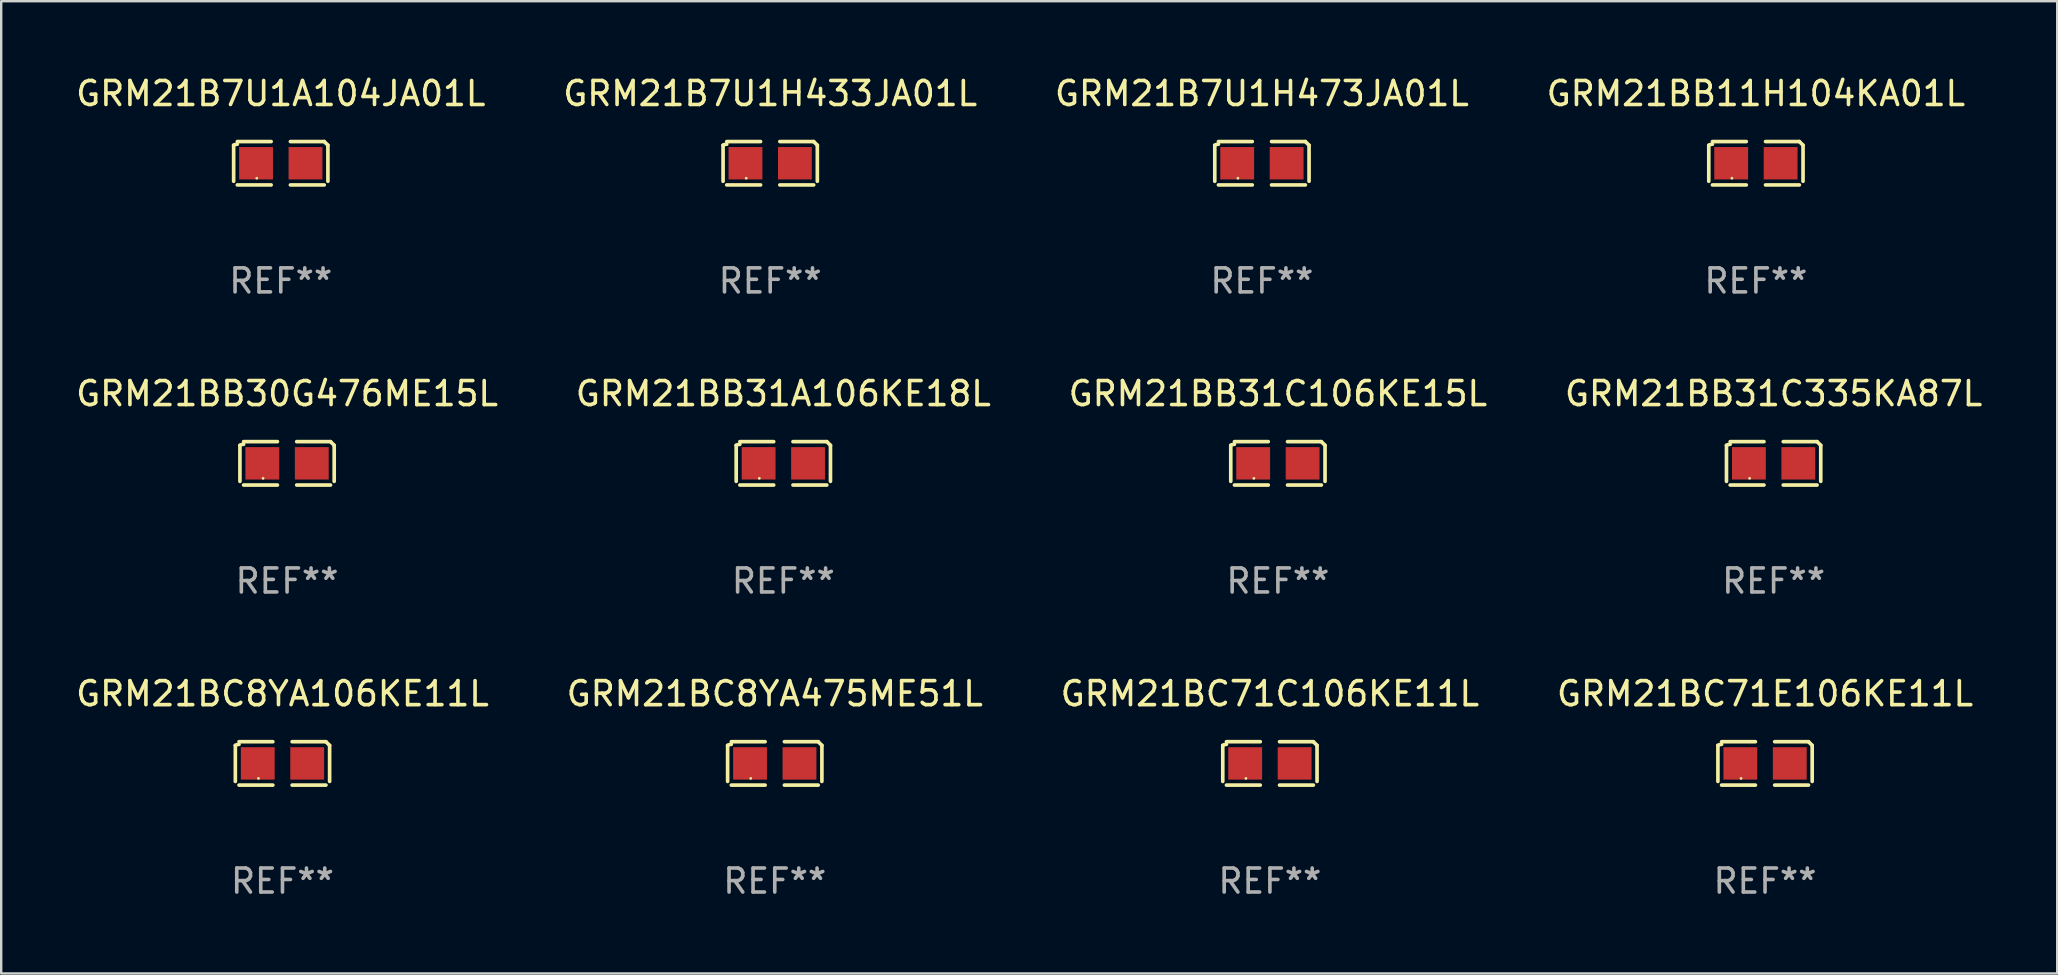
<source format=kicad_pcb>
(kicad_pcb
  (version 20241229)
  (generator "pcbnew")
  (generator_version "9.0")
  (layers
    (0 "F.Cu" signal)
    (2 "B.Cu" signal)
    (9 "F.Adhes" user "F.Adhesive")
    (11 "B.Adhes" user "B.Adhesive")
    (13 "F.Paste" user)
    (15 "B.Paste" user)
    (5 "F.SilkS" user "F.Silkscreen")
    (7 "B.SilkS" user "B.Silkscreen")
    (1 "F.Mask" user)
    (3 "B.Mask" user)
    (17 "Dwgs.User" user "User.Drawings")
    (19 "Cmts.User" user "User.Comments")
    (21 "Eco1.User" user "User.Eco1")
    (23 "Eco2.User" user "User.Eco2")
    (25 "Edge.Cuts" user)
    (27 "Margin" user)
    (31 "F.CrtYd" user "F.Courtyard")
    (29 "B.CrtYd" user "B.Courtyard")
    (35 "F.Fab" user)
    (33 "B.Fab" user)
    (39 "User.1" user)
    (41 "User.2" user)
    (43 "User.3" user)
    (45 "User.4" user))
  (footprint "GRM21BC8YA475ME51L"
    (layer "F.Cu")
    (at 29.232 28.759)
    (property "Reference" "GRM21BC8YA475ME51L" (at 0 -2.904 0) (layer "F.SilkS") (effects (font (size 1 1) (thickness 0.15))))
    (attr through_hole)
    (fp_line (start -1.964 0.751) (end -1.964 -0.751) (stroke (width 0.152) (type solid)) (layer "F.SilkS"))
    (fp_line (start -1.811 -0.904) (end -0.401 -0.904) (stroke (width 0.152) (type solid)) (layer "F.SilkS"))
    (fp_line (start -0.401 0.904) (end -1.811 0.904) (stroke (width 0.152) (type solid)) (layer "F.SilkS"))
    (fp_line (start 0.401 0.904) (end 1.811 0.904) (stroke (width 0.152) (type solid)) (layer "F.SilkS"))
    (fp_line (start 1.811 -0.904) (end 0.401 -0.904) (stroke (width 0.152) (type solid)) (layer "F.SilkS"))
    (fp_line (start 1.964 0.751) (end 1.964 -0.751) (stroke (width 0.152) (type solid)) (layer "F.SilkS"))
    (fp_arc (start -1.963602 -0.751207) (mid -1.890354 -0.783131) (end -1.811201 -0.794044) (stroke (width 0.1524) (type solid)) (layer "F.SilkS"))
    (fp_arc (start 1.811202 -0.903607) (mid 1.887413 -0.827418) (end 1.963602 -0.751207) (stroke (width 0.1524) (type solid)) (layer "F.SilkS"))
    (fp_circle (center -1 0.625) (end -0.97 0.625) (stroke (width 0.06) (type solid)) (fill no) (layer "F.SilkS"))
    (fp_text user "REF**" (at 0 4.904 0) (layer "F.Fab") (effects (font (size 1 1) (thickness 0.15))))
    (pad "1" smd rect (at -1.03 0) (size 1.41 1.35) (layers "F.Cu" "F.Mask" "F.Paste"))
    (pad "2" smd rect (at 1.03 0) (size 1.41 1.35) (layers "F.Cu" "F.Mask" "F.Paste")))
  (footprint "GRM21BB31C106KE15L"
    (layer "F.Cu")
    (at 50.196 16.256)
    (property "Reference" "GRM21BB31C106KE15L" (at 0 -2.904 0) (layer "F.SilkS") (effects (font (size 1 1) (thickness 0.15))))
    (attr through_hole)
    (fp_line (start -1.964 0.751) (end -1.964 -0.751) (stroke (width 0.152) (type solid)) (layer "F.SilkS"))
    (fp_line (start -1.811 -0.904) (end -0.401 -0.904) (stroke (width 0.152) (type solid)) (layer "F.SilkS"))
    (fp_line (start -0.401 0.904) (end -1.811 0.904) (stroke (width 0.152) (type solid)) (layer "F.SilkS"))
    (fp_line (start 0.401 0.904) (end 1.811 0.904) (stroke (width 0.152) (type solid)) (layer "F.SilkS"))
    (fp_line (start 1.811 -0.904) (end 0.401 -0.904) (stroke (width 0.152) (type solid)) (layer "F.SilkS"))
    (fp_line (start 1.964 0.751) (end 1.964 -0.751) (stroke (width 0.152) (type solid)) (layer "F.SilkS"))
    (fp_arc (start -1.963602 -0.751207) (mid -1.890354 -0.783131) (end -1.811201 -0.794044) (stroke (width 0.1524) (type solid)) (layer "F.SilkS"))
    (fp_arc (start 1.811202 -0.903607) (mid 1.887413 -0.827418) (end 1.963602 -0.751207) (stroke (width 0.1524) (type solid)) (layer "F.SilkS"))
    (fp_circle (center -1 0.625) (end -0.97 0.625) (stroke (width 0.06) (type solid)) (fill no) (layer "F.SilkS"))
    (fp_text user "REF**" (at 0 4.904 0) (layer "F.Fab") (effects (font (size 1 1) (thickness 0.15))))
    (pad "1" smd rect (at -1.03 0) (size 1.41 1.35) (layers "F.Cu" "F.Mask" "F.Paste"))
    (pad "2" smd rect (at 1.03 0) (size 1.41 1.35) (layers "F.Cu" "F.Mask" "F.Paste")))
  (footprint "GRM21B7U1H433JA01L"
    (layer "F.Cu")
    (at 29.042 3.752)
    (property "Reference" "GRM21B7U1H433JA01L" (at 0 -2.904 0) (layer "F.SilkS") (effects (font (size 1 1) (thickness 0.15))))
    (attr through_hole)
    (fp_line (start -1.964 0.751) (end -1.964 -0.751) (stroke (width 0.152) (type solid)) (layer "F.SilkS"))
    (fp_line (start -1.811 -0.904) (end -0.401 -0.904) (stroke (width 0.152) (type solid)) (layer "F.SilkS"))
    (fp_line (start -0.401 0.904) (end -1.811 0.904) (stroke (width 0.152) (type solid)) (layer "F.SilkS"))
    (fp_line (start 0.401 0.904) (end 1.811 0.904) (stroke (width 0.152) (type solid)) (layer "F.SilkS"))
    (fp_line (start 1.811 -0.904) (end 0.401 -0.904) (stroke (width 0.152) (type solid)) (layer "F.SilkS"))
    (fp_line (start 1.964 0.751) (end 1.964 -0.751) (stroke (width 0.152) (type solid)) (layer "F.SilkS"))
    (fp_arc (start -1.963602 -0.751207) (mid -1.890354 -0.783131) (end -1.811201 -0.794044) (stroke (width 0.1524) (type solid)) (layer "F.SilkS"))
    (fp_arc (start 1.811202 -0.903607) (mid 1.887413 -0.827418) (end 1.963602 -0.751207) (stroke (width 0.1524) (type solid)) (layer "F.SilkS"))
    (fp_circle (center -1 0.625) (end -0.97 0.625) (stroke (width 0.06) (type solid)) (fill no) (layer "F.SilkS"))
    (fp_text user "REF**" (at 0 4.904 0) (layer "F.Fab") (effects (font (size 1 1) (thickness 0.15))))
    (pad "1" smd rect (at -1.03 0) (size 1.41 1.35) (layers "F.Cu" "F.Mask" "F.Paste"))
    (pad "2" smd rect (at 1.03 0) (size 1.41 1.35) (layers "F.Cu" "F.Mask" "F.Paste")))
  (footprint "GRM21BC71C106KE11L"
    (layer "F.Cu")
    (at 49.863 28.759)
    (property "Reference" "GRM21BC71C106KE11L" (at 0 -2.904 0) (layer "F.SilkS") (effects (font (size 1 1) (thickness 0.15))))
    (attr through_hole)
    (fp_line (start -1.964 0.751) (end -1.964 -0.751) (stroke (width 0.152) (type solid)) (layer "F.SilkS"))
    (fp_line (start -1.811 -0.904) (end -0.401 -0.904) (stroke (width 0.152) (type solid)) (layer "F.SilkS"))
    (fp_line (start -0.401 0.904) (end -1.811 0.904) (stroke (width 0.152) (type solid)) (layer "F.SilkS"))
    (fp_line (start 0.401 0.904) (end 1.811 0.904) (stroke (width 0.152) (type solid)) (layer "F.SilkS"))
    (fp_line (start 1.811 -0.904) (end 0.401 -0.904) (stroke (width 0.152) (type solid)) (layer "F.SilkS"))
    (fp_line (start 1.964 0.751) (end 1.964 -0.751) (stroke (width 0.152) (type solid)) (layer "F.SilkS"))
    (fp_arc (start -1.963602 -0.751207) (mid -1.890354 -0.783131) (end -1.811201 -0.794044) (stroke (width 0.1524) (type solid)) (layer "F.SilkS"))
    (fp_arc (start 1.811202 -0.903607) (mid 1.887413 -0.827418) (end 1.963602 -0.751207) (stroke (width 0.1524) (type solid)) (layer "F.SilkS"))
    (fp_circle (center -1 0.625) (end -0.97 0.625) (stroke (width 0.06) (type solid)) (fill no) (layer "F.SilkS"))
    (fp_text user "REF**" (at 0 4.904 0) (layer "F.Fab") (effects (font (size 1 1) (thickness 0.15))))
    (pad "1" smd rect (at -1.03 0) (size 1.41 1.35) (layers "F.Cu" "F.Mask" "F.Paste"))
    (pad "2" smd rect (at 1.03 0) (size 1.41 1.35) (layers "F.Cu" "F.Mask" "F.Paste")))
  (footprint "GRM21B7U1A104JA01L"
    (layer "F.Cu")
    (at 8.649 3.752)
    (property "Reference" "GRM21B7U1A104JA01L" (at 0 -2.904 0) (layer "F.SilkS") (effects (font (size 1 1) (thickness 0.15))))
    (attr through_hole)
    (fp_line (start -1.964 0.751) (end -1.964 -0.751) (stroke (width 0.152) (type solid)) (layer "F.SilkS"))
    (fp_line (start -1.811 -0.904) (end -0.401 -0.904) (stroke (width 0.152) (type solid)) (layer "F.SilkS"))
    (fp_line (start -0.401 0.904) (end -1.811 0.904) (stroke (width 0.152) (type solid)) (layer "F.SilkS"))
    (fp_line (start 0.401 0.904) (end 1.811 0.904) (stroke (width 0.152) (type solid)) (layer "F.SilkS"))
    (fp_line (start 1.811 -0.904) (end 0.401 -0.904) (stroke (width 0.152) (type solid)) (layer "F.SilkS"))
    (fp_line (start 1.964 0.751) (end 1.964 -0.751) (stroke (width 0.152) (type solid)) (layer "F.SilkS"))
    (fp_arc (start -1.963602 -0.751207) (mid -1.890354 -0.783131) (end -1.811201 -0.794044) (stroke (width 0.1524) (type solid)) (layer "F.SilkS"))
    (fp_arc (start 1.811202 -0.903607) (mid 1.887413 -0.827418) (end 1.963602 -0.751207) (stroke (width 0.1524) (type solid)) (layer "F.SilkS"))
    (fp_circle (center -1 0.625) (end -0.97 0.625) (stroke (width 0.06) (type solid)) (fill no) (layer "F.SilkS"))
    (fp_text user "REF**" (at 0 4.904 0) (layer "F.Fab") (effects (font (size 1 1) (thickness 0.15))))
    (pad "1" smd rect (at -1.03 0) (size 1.41 1.35) (layers "F.Cu" "F.Mask" "F.Paste"))
    (pad "2" smd rect (at 1.03 0) (size 1.41 1.35) (layers "F.Cu" "F.Mask" "F.Paste")))
  (footprint "GRM21BB30G476ME15L"
    (layer "F.Cu")
    (at 8.911 16.256)
    (property "Reference" "GRM21BB30G476ME15L" (at 0 -2.904 0) (layer "F.SilkS") (effects (font (size 1 1) (thickness 0.15))))
    (attr through_hole)
    (fp_line (start -1.964 0.751) (end -1.964 -0.751) (stroke (width 0.152) (type solid)) (layer "F.SilkS"))
    (fp_line (start -1.811 -0.904) (end -0.401 -0.904) (stroke (width 0.152) (type solid)) (layer "F.SilkS"))
    (fp_line (start -0.401 0.904) (end -1.811 0.904) (stroke (width 0.152) (type solid)) (layer "F.SilkS"))
    (fp_line (start 0.401 0.904) (end 1.811 0.904) (stroke (width 0.152) (type solid)) (layer "F.SilkS"))
    (fp_line (start 1.811 -0.904) (end 0.401 -0.904) (stroke (width 0.152) (type solid)) (layer "F.SilkS"))
    (fp_line (start 1.964 0.751) (end 1.964 -0.751) (stroke (width 0.152) (type solid)) (layer "F.SilkS"))
    (fp_arc (start -1.963602 -0.751207) (mid -1.890354 -0.783131) (end -1.811201 -0.794044) (stroke (width 0.1524) (type solid)) (layer "F.SilkS"))
    (fp_arc (start 1.811202 -0.903607) (mid 1.887413 -0.827418) (end 1.963602 -0.751207) (stroke (width 0.1524) (type solid)) (layer "F.SilkS"))
    (fp_circle (center -1 0.625) (end -0.97 0.625) (stroke (width 0.06) (type solid)) (fill no) (layer "F.SilkS"))
    (fp_text user "REF**" (at 0 4.904 0) (layer "F.Fab") (effects (font (size 1 1) (thickness 0.15))))
    (pad "1" smd rect (at -1.03 0) (size 1.41 1.35) (layers "F.Cu" "F.Mask" "F.Paste"))
    (pad "2" smd rect (at 1.03 0) (size 1.41 1.35) (layers "F.Cu" "F.Mask" "F.Paste")))
  (footprint "GRM21BB11H104KA01L"
    (layer "F.Cu")
    (at 70.113 3.752)
    (property "Reference" "GRM21BB11H104KA01L" (at 0 -2.904 0) (layer "F.SilkS") (effects (font (size 1 1) (thickness 0.15))))
    (attr through_hole)
    (fp_line (start -1.964 0.751) (end -1.964 -0.751) (stroke (width 0.152) (type solid)) (layer "F.SilkS"))
    (fp_line (start -1.811 -0.904) (end -0.401 -0.904) (stroke (width 0.152) (type solid)) (layer "F.SilkS"))
    (fp_line (start -0.401 0.904) (end -1.811 0.904) (stroke (width 0.152) (type solid)) (layer "F.SilkS"))
    (fp_line (start 0.401 0.904) (end 1.811 0.904) (stroke (width 0.152) (type solid)) (layer "F.SilkS"))
    (fp_line (start 1.811 -0.904) (end 0.401 -0.904) (stroke (width 0.152) (type solid)) (layer "F.SilkS"))
    (fp_line (start 1.964 0.751) (end 1.964 -0.751) (stroke (width 0.152) (type solid)) (layer "F.SilkS"))
    (fp_arc (start -1.963602 -0.751207) (mid -1.890354 -0.783131) (end -1.811201 -0.794044) (stroke (width 0.1524) (type solid)) (layer "F.SilkS"))
    (fp_arc (start 1.811202 -0.903607) (mid 1.887413 -0.827418) (end 1.963602 -0.751207) (stroke (width 0.1524) (type solid)) (layer "F.SilkS"))
    (fp_circle (center -1 0.625) (end -0.97 0.625) (stroke (width 0.06) (type solid)) (fill no) (layer "F.SilkS"))
    (fp_text user "REF**" (at 0 4.904 0) (layer "F.Fab") (effects (font (size 1 1) (thickness 0.15))))
    (pad "1" smd rect (at -1.03 0) (size 1.41 1.35) (layers "F.Cu" "F.Mask" "F.Paste"))
    (pad "2" smd rect (at 1.03 0) (size 1.41 1.35) (layers "F.Cu" "F.Mask" "F.Paste")))
  (footprint "GRM21BC71E106KE11L"
    (layer "F.Cu")
    (at 70.494 28.759)
    (property "Reference" "GRM21BC71E106KE11L" (at 0 -2.904 0) (layer "F.SilkS") (effects (font (size 1 1) (thickness 0.15))))
    (attr through_hole)
    (fp_line (start -1.964 0.751) (end -1.964 -0.751) (stroke (width 0.152) (type solid)) (layer "F.SilkS"))
    (fp_line (start -1.811 -0.904) (end -0.401 -0.904) (stroke (width 0.152) (type solid)) (layer "F.SilkS"))
    (fp_line (start -0.401 0.904) (end -1.811 0.904) (stroke (width 0.152) (type solid)) (layer "F.SilkS"))
    (fp_line (start 0.401 0.904) (end 1.811 0.904) (stroke (width 0.152) (type solid)) (layer "F.SilkS"))
    (fp_line (start 1.811 -0.904) (end 0.401 -0.904) (stroke (width 0.152) (type solid)) (layer "F.SilkS"))
    (fp_line (start 1.964 0.751) (end 1.964 -0.751) (stroke (width 0.152) (type solid)) (layer "F.SilkS"))
    (fp_arc (start -1.963602 -0.751207) (mid -1.890354 -0.783131) (end -1.811201 -0.794044) (stroke (width 0.1524) (type solid)) (layer "F.SilkS"))
    (fp_arc (start 1.811202 -0.903607) (mid 1.887413 -0.827418) (end 1.963602 -0.751207) (stroke (width 0.1524) (type solid)) (layer "F.SilkS"))
    (fp_circle (center -1 0.625) (end -0.97 0.625) (stroke (width 0.06) (type solid)) (fill no) (layer "F.SilkS"))
    (fp_text user "REF**" (at 0 4.904 0) (layer "F.Fab") (effects (font (size 1 1) (thickness 0.15))))
    (pad "1" smd rect (at -1.03 0) (size 1.41 1.35) (layers "F.Cu" "F.Mask" "F.Paste"))
    (pad "2" smd rect (at 1.03 0) (size 1.41 1.35) (layers "F.Cu" "F.Mask" "F.Paste")))
  (footprint "GRM21BB31A106KE18L"
    (layer "F.Cu")
    (at 29.589 16.256)
    (property "Reference" "GRM21BB31A106KE18L" (at 0 -2.904 0) (layer "F.SilkS") (effects (font (size 1 1) (thickness 0.15))))
    (attr through_hole)
    (fp_line (start -1.964 0.751) (end -1.964 -0.751) (stroke (width 0.152) (type solid)) (layer "F.SilkS"))
    (fp_line (start -1.811 -0.904) (end -0.401 -0.904) (stroke (width 0.152) (type solid)) (layer "F.SilkS"))
    (fp_line (start -0.401 0.904) (end -1.811 0.904) (stroke (width 0.152) (type solid)) (layer "F.SilkS"))
    (fp_line (start 0.401 0.904) (end 1.811 0.904) (stroke (width 0.152) (type solid)) (layer "F.SilkS"))
    (fp_line (start 1.811 -0.904) (end 0.401 -0.904) (stroke (width 0.152) (type solid)) (layer "F.SilkS"))
    (fp_line (start 1.964 0.751) (end 1.964 -0.751) (stroke (width 0.152) (type solid)) (layer "F.SilkS"))
    (fp_arc (start -1.963602 -0.751207) (mid -1.890354 -0.783131) (end -1.811201 -0.794044) (stroke (width 0.1524) (type solid)) (layer "F.SilkS"))
    (fp_arc (start 1.811202 -0.903607) (mid 1.887413 -0.827418) (end 1.963602 -0.751207) (stroke (width 0.1524) (type solid)) (layer "F.SilkS"))
    (fp_circle (center -1 0.625) (end -0.97 0.625) (stroke (width 0.06) (type solid)) (fill no) (layer "F.SilkS"))
    (fp_text user "REF**" (at 0 4.904 0) (layer "F.Fab") (effects (font (size 1 1) (thickness 0.15))))
    (pad "1" smd rect (at -1.03 0) (size 1.41 1.35) (layers "F.Cu" "F.Mask" "F.Paste"))
    (pad "2" smd rect (at 1.03 0) (size 1.41 1.35) (layers "F.Cu" "F.Mask" "F.Paste")))
  (footprint "GRM21B7U1H473JA01L"
    (layer "F.Cu")
    (at 49.53 3.752)
    (property "Reference" "GRM21B7U1H473JA01L" (at 0 -2.904 0) (layer "F.SilkS") (effects (font (size 1 1) (thickness 0.15))))
    (attr through_hole)
    (fp_line (start -1.964 0.751) (end -1.964 -0.751) (stroke (width 0.152) (type solid)) (layer "F.SilkS"))
    (fp_line (start -1.811 -0.904) (end -0.401 -0.904) (stroke (width 0.152) (type solid)) (layer "F.SilkS"))
    (fp_line (start -0.401 0.904) (end -1.811 0.904) (stroke (width 0.152) (type solid)) (layer "F.SilkS"))
    (fp_line (start 0.401 0.904) (end 1.811 0.904) (stroke (width 0.152) (type solid)) (layer "F.SilkS"))
    (fp_line (start 1.811 -0.904) (end 0.401 -0.904) (stroke (width 0.152) (type solid)) (layer "F.SilkS"))
    (fp_line (start 1.964 0.751) (end 1.964 -0.751) (stroke (width 0.152) (type solid)) (layer "F.SilkS"))
    (fp_arc (start -1.963602 -0.751207) (mid -1.890354 -0.783131) (end -1.811201 -0.794044) (stroke (width 0.1524) (type solid)) (layer "F.SilkS"))
    (fp_arc (start 1.811202 -0.903607) (mid 1.887413 -0.827418) (end 1.963602 -0.751207) (stroke (width 0.1524) (type solid)) (layer "F.SilkS"))
    (fp_circle (center -1 0.625) (end -0.97 0.625) (stroke (width 0.06) (type solid)) (fill no) (layer "F.SilkS"))
    (fp_text user "REF**" (at 0 4.904 0) (layer "F.Fab") (effects (font (size 1 1) (thickness 0.15))))
    (pad "1" smd rect (at -1.03 0) (size 1.41 1.35) (layers "F.Cu" "F.Mask" "F.Paste"))
    (pad "2" smd rect (at 1.03 0) (size 1.41 1.35) (layers "F.Cu" "F.Mask" "F.Paste")))
  (footprint "GRM21BC8YA106KE11L"
    (layer "F.Cu")
    (at 8.72 28.759)
    (property "Reference" "GRM21BC8YA106KE11L" (at 0 -2.904 0) (layer "F.SilkS") (effects (font (size 1 1) (thickness 0.15))))
    (attr through_hole)
    (fp_line (start -1.964 0.751) (end -1.964 -0.751) (stroke (width 0.152) (type solid)) (layer "F.SilkS"))
    (fp_line (start -1.811 -0.904) (end -0.401 -0.904) (stroke (width 0.152) (type solid)) (layer "F.SilkS"))
    (fp_line (start -0.401 0.904) (end -1.811 0.904) (stroke (width 0.152) (type solid)) (layer "F.SilkS"))
    (fp_line (start 0.401 0.904) (end 1.811 0.904) (stroke (width 0.152) (type solid)) (layer "F.SilkS"))
    (fp_line (start 1.811 -0.904) (end 0.401 -0.904) (stroke (width 0.152) (type solid)) (layer "F.SilkS"))
    (fp_line (start 1.964 0.751) (end 1.964 -0.751) (stroke (width 0.152) (type solid)) (layer "F.SilkS"))
    (fp_arc (start -1.963602 -0.751207) (mid -1.890354 -0.783131) (end -1.811201 -0.794044) (stroke (width 0.1524) (type solid)) (layer "F.SilkS"))
    (fp_arc (start 1.811202 -0.903607) (mid 1.887413 -0.827418) (end 1.963602 -0.751207) (stroke (width 0.1524) (type solid)) (layer "F.SilkS"))
    (fp_circle (center -1 0.625) (end -0.97 0.625) (stroke (width 0.06) (type solid)) (fill no) (layer "F.SilkS"))
    (fp_text user "REF**" (at 0 4.904 0) (layer "F.Fab") (effects (font (size 1 1) (thickness 0.15))))
    (pad "1" smd rect (at -1.03 0) (size 1.41 1.35) (layers "F.Cu" "F.Mask" "F.Paste"))
    (pad "2" smd rect (at 1.03 0) (size 1.41 1.35) (layers "F.Cu" "F.Mask" "F.Paste")))
  (footprint "GRM21BB31C335KA87L"
    (layer "F.Cu")
    (at 70.851 16.256)
    (property "Reference" "GRM21BB31C335KA87L" (at 0 -2.904 0) (layer "F.SilkS") (effects (font (size 1 1) (thickness 0.15))))
    (attr through_hole)
    (fp_line (start -1.964 0.751) (end -1.964 -0.751) (stroke (width 0.152) (type solid)) (layer "F.SilkS"))
    (fp_line (start -1.811 -0.904) (end -0.401 -0.904) (stroke (width 0.152) (type solid)) (layer "F.SilkS"))
    (fp_line (start -0.401 0.904) (end -1.811 0.904) (stroke (width 0.152) (type solid)) (layer "F.SilkS"))
    (fp_line (start 0.401 0.904) (end 1.811 0.904) (stroke (width 0.152) (type solid)) (layer "F.SilkS"))
    (fp_line (start 1.811 -0.904) (end 0.401 -0.904) (stroke (width 0.152) (type solid)) (layer "F.SilkS"))
    (fp_line (start 1.964 0.751) (end 1.964 -0.751) (stroke (width 0.152) (type solid)) (layer "F.SilkS"))
    (fp_arc (start -1.963602 -0.751207) (mid -1.890354 -0.783131) (end -1.811201 -0.794044) (stroke (width 0.1524) (type solid)) (layer "F.SilkS"))
    (fp_arc (start 1.811202 -0.903607) (mid 1.887413 -0.827418) (end 1.963602 -0.751207) (stroke (width 0.1524) (type solid)) (layer "F.SilkS"))
    (fp_circle (center -1 0.625) (end -0.97 0.625) (stroke (width 0.06) (type solid)) (fill no) (layer "F.SilkS"))
    (fp_text user "REF**" (at 0 4.904 0) (layer "F.Fab") (effects (font (size 1 1) (thickness 0.15))))
    (pad "1" smd rect (at -1.03 0) (size 1.41 1.35) (layers "F.Cu" "F.Mask" "F.Paste"))
    (pad "2" smd rect (at 1.03 0) (size 1.41 1.35) (layers "F.Cu" "F.Mask" "F.Paste")))
  (gr_rect
    (start -3 -3)
    (end 82.667 37.511)
    (stroke (width 0.1) (type default))
    (fill no)
    (layer "Edge.Cuts")))
</source>
